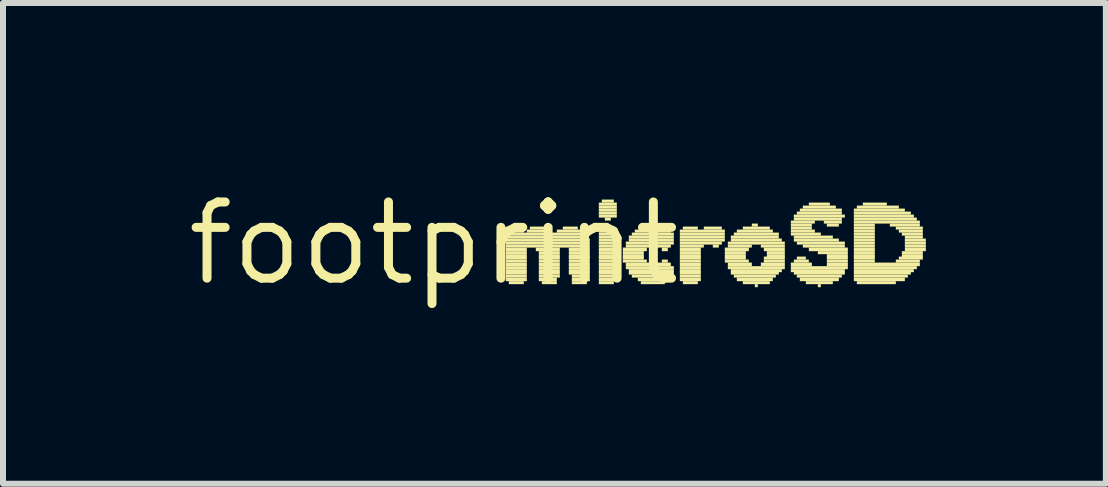
<source format=kicad_pcb>
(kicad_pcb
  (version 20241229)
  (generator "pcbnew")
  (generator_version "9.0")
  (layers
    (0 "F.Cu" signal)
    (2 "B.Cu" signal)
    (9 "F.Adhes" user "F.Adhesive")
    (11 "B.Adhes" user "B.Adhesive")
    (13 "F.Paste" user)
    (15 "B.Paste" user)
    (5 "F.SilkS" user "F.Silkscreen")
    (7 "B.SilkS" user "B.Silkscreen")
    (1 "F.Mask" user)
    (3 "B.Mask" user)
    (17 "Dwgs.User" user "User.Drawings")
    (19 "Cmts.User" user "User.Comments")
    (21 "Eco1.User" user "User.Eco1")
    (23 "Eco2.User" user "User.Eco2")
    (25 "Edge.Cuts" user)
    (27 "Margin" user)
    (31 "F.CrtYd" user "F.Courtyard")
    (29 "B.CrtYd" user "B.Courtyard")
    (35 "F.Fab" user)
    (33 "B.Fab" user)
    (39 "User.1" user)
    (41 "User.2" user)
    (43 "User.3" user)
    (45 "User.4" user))
  (footprint "footprint"
    (layer "F.Cu")
    (at 4.18 1.006)
    (property "Reference" "footprint" (at 0 0 0) (layer "F.SilkS") (effects (font (size 1.27 1.27) (thickness 0.15))))
    (fp_poly (pts (xy 1.2 -0.18) (xy 1.5 -0.18) (xy 1.5 -0.23) (xy 1.2 -0.23)) (stroke (width 0) (type solid)) (fill yes) (layer "F.SilkS"))
    (fp_poly (pts (xy 1.2 -0.13) (xy 2.55 -0.13) (xy 2.55 -0.18) (xy 1.2 -0.18)) (stroke (width 0) (type solid)) (fill yes) (layer "F.SilkS"))
    (fp_poly (pts (xy 1.2 -0.08) (xy 2.55 -0.08) (xy 2.55 -0.13) (xy 1.2 -0.13)) (stroke (width 0) (type solid)) (fill yes) (layer "F.SilkS"))
    (fp_poly (pts (xy 1.2 -0.03) (xy 2.6 -0.03) (xy 2.6 -0.08) (xy 1.2 -0.08)) (stroke (width 0) (type solid)) (fill yes) (layer "F.SilkS"))
    (fp_poly (pts (xy 1.2 0.02) (xy 2.6 0.02) (xy 2.6 -0.03) (xy 1.2 -0.03)) (stroke (width 0) (type solid)) (fill yes) (layer "F.SilkS"))
    (fp_poly (pts (xy 1.2 0.07) (xy 2.6 0.07) (xy 2.6 0.02) (xy 1.2 0.02)) (stroke (width 0) (type solid)) (fill yes) (layer "F.SilkS"))
    (fp_poly (pts (xy 1.2 0.13) (xy 1.55 0.13) (xy 1.55 0.07) (xy 1.2 0.07)) (stroke (width 0) (type solid)) (fill yes) (layer "F.SilkS"))
    (fp_poly (pts (xy 1.2 0.18) (xy 1.55 0.18) (xy 1.55 0.13) (xy 1.2 0.13)) (stroke (width 0) (type solid)) (fill yes) (layer "F.SilkS"))
    (fp_poly (pts (xy 1.2 0.23) (xy 1.55 0.23) (xy 1.55 0.18) (xy 1.2 0.18)) (stroke (width 0) (type solid)) (fill yes) (layer "F.SilkS"))
    (fp_poly (pts (xy 1.2 0.27) (xy 1.55 0.27) (xy 1.55 0.22) (xy 1.2 0.22)) (stroke (width 0) (type solid)) (fill yes) (layer "F.SilkS"))
    (fp_poly (pts (xy 1.2 0.32) (xy 1.55 0.32) (xy 1.55 0.27) (xy 1.2 0.27)) (stroke (width 0) (type solid)) (fill yes) (layer "F.SilkS"))
    (fp_poly (pts (xy 1.2 0.38) (xy 1.55 0.38) (xy 1.55 0.32) (xy 1.2 0.32)) (stroke (width 0) (type solid)) (fill yes) (layer "F.SilkS"))
    (fp_poly (pts (xy 1.2 0.43) (xy 1.55 0.43) (xy 1.55 0.38) (xy 1.2 0.38)) (stroke (width 0) (type solid)) (fill yes) (layer "F.SilkS"))
    (fp_poly (pts (xy 1.2 0.48) (xy 1.55 0.48) (xy 1.55 0.43) (xy 1.2 0.43)) (stroke (width 0) (type solid)) (fill yes) (layer "F.SilkS"))
    (fp_poly (pts (xy 1.2 0.52) (xy 1.55 0.52) (xy 1.55 0.47) (xy 1.2 0.47)) (stroke (width 0) (type solid)) (fill yes) (layer "F.SilkS"))
    (fp_poly (pts (xy 1.2 0.57) (xy 1.55 0.57) (xy 1.55 0.52) (xy 1.2 0.52)) (stroke (width 0) (type solid)) (fill yes) (layer "F.SilkS"))
    (fp_poly (pts (xy 1.2 0.63) (xy 1.55 0.63) (xy 1.55 0.57) (xy 1.2 0.57)) (stroke (width 0) (type solid)) (fill yes) (layer "F.SilkS"))
    (fp_poly (pts (xy 1.25 -0.23) (xy 1.5 -0.23) (xy 1.5 -0.28) (xy 1.25 -0.28)) (stroke (width 0) (type solid)) (fill yes) (layer "F.SilkS"))
    (fp_poly (pts (xy 1.25 0.68) (xy 1.5 0.68) (xy 1.5 0.63) (xy 1.25 0.63)) (stroke (width 0) (type solid)) (fill yes) (layer "F.SilkS"))
    (fp_poly (pts (xy 1.55 -0.18) (xy 1.95 -0.18) (xy 1.95 -0.23) (xy 1.55 -0.23)) (stroke (width 0) (type solid)) (fill yes) (layer "F.SilkS"))
    (fp_poly (pts (xy 1.6 -0.23) (xy 1.85 -0.23) (xy 1.85 -0.28) (xy 1.6 -0.28)) (stroke (width 0) (type solid)) (fill yes) (layer "F.SilkS"))
    (fp_poly (pts (xy 1.7 0.13) (xy 2.1 0.13) (xy 2.1 0.07) (xy 1.7 0.07)) (stroke (width 0) (type solid)) (fill yes) (layer "F.SilkS"))
    (fp_poly (pts (xy 1.75 0.18) (xy 2.1 0.18) (xy 2.1 0.13) (xy 1.75 0.13)) (stroke (width 0) (type solid)) (fill yes) (layer "F.SilkS"))
    (fp_poly (pts (xy 1.75 0.23) (xy 2.1 0.23) (xy 2.1 0.18) (xy 1.75 0.18)) (stroke (width 0) (type solid)) (fill yes) (layer "F.SilkS"))
    (fp_poly (pts (xy 1.75 0.27) (xy 2.1 0.27) (xy 2.1 0.22) (xy 1.75 0.22)) (stroke (width 0) (type solid)) (fill yes) (layer "F.SilkS"))
    (fp_poly (pts (xy 1.75 0.32) (xy 2.1 0.32) (xy 2.1 0.27) (xy 1.75 0.27)) (stroke (width 0) (type solid)) (fill yes) (layer "F.SilkS"))
    (fp_poly (pts (xy 1.75 0.38) (xy 2.1 0.38) (xy 2.1 0.32) (xy 1.75 0.32)) (stroke (width 0) (type solid)) (fill yes) (layer "F.SilkS"))
    (fp_poly (pts (xy 1.75 0.43) (xy 2.1 0.43) (xy 2.1 0.38) (xy 1.75 0.38)) (stroke (width 0) (type solid)) (fill yes) (layer "F.SilkS"))
    (fp_poly (pts (xy 1.75 0.48) (xy 2.1 0.48) (xy 2.1 0.43) (xy 1.75 0.43)) (stroke (width 0) (type solid)) (fill yes) (layer "F.SilkS"))
    (fp_poly (pts (xy 1.75 0.52) (xy 2.1 0.52) (xy 2.1 0.47) (xy 1.75 0.47)) (stroke (width 0) (type solid)) (fill yes) (layer "F.SilkS"))
    (fp_poly (pts (xy 1.75 0.57) (xy 2.1 0.57) (xy 2.1 0.52) (xy 1.75 0.52)) (stroke (width 0) (type solid)) (fill yes) (layer "F.SilkS"))
    (fp_poly (pts (xy 1.75 0.63) (xy 2.05 0.63) (xy 2.05 0.57) (xy 1.75 0.57)) (stroke (width 0) (type solid)) (fill yes) (layer "F.SilkS"))
    (fp_poly (pts (xy 1.8 0.68) (xy 2.05 0.68) (xy 2.05 0.63) (xy 1.8 0.63)) (stroke (width 0) (type solid)) (fill yes) (layer "F.SilkS"))
    (fp_poly (pts (xy 2.05 -0.18) (xy 2.5 -0.18) (xy 2.5 -0.23) (xy 2.05 -0.23)) (stroke (width 0) (type solid)) (fill yes) (layer "F.SilkS"))
    (fp_poly (pts (xy 2.15 -0.23) (xy 2.4 -0.23) (xy 2.4 -0.28) (xy 2.15 -0.28)) (stroke (width 0) (type solid)) (fill yes) (layer "F.SilkS"))
    (fp_poly (pts (xy 2.25 0.13) (xy 2.6 0.13) (xy 2.6 0.07) (xy 2.25 0.07)) (stroke (width 0) (type solid)) (fill yes) (layer "F.SilkS"))
    (fp_poly (pts (xy 2.25 0.18) (xy 2.6 0.18) (xy 2.6 0.13) (xy 2.25 0.13)) (stroke (width 0) (type solid)) (fill yes) (layer "F.SilkS"))
    (fp_poly (pts (xy 2.25 0.23) (xy 2.6 0.23) (xy 2.6 0.18) (xy 2.25 0.18)) (stroke (width 0) (type solid)) (fill yes) (layer "F.SilkS"))
    (fp_poly (pts (xy 2.25 0.27) (xy 2.6 0.27) (xy 2.6 0.22) (xy 2.25 0.22)) (stroke (width 0) (type solid)) (fill yes) (layer "F.SilkS"))
    (fp_poly (pts (xy 2.25 0.32) (xy 2.6 0.32) (xy 2.6 0.27) (xy 2.25 0.27)) (stroke (width 0) (type solid)) (fill yes) (layer "F.SilkS"))
    (fp_poly (pts (xy 2.25 0.38) (xy 2.6 0.38) (xy 2.6 0.32) (xy 2.25 0.32)) (stroke (width 0) (type solid)) (fill yes) (layer "F.SilkS"))
    (fp_poly (pts (xy 2.25 0.43) (xy 2.6 0.43) (xy 2.6 0.38) (xy 2.25 0.38)) (stroke (width 0) (type solid)) (fill yes) (layer "F.SilkS"))
    (fp_poly (pts (xy 2.25 0.48) (xy 2.6 0.48) (xy 2.6 0.43) (xy 2.25 0.43)) (stroke (width 0) (type solid)) (fill yes) (layer "F.SilkS"))
    (fp_poly (pts (xy 2.25 0.52) (xy 2.6 0.52) (xy 2.6 0.47) (xy 2.25 0.47)) (stroke (width 0) (type solid)) (fill yes) (layer "F.SilkS"))
    (fp_poly (pts (xy 2.3 0.57) (xy 2.6 0.57) (xy 2.6 0.52) (xy 2.3 0.52)) (stroke (width 0) (type solid)) (fill yes) (layer "F.SilkS"))
    (fp_poly (pts (xy 2.3 0.63) (xy 2.6 0.63) (xy 2.6 0.57) (xy 2.3 0.57)) (stroke (width 0) (type solid)) (fill yes) (layer "F.SilkS"))
    (fp_poly (pts (xy 2.3 0.68) (xy 2.55 0.68) (xy 2.55 0.63) (xy 2.3 0.63)) (stroke (width 0) (type solid)) (fill yes) (layer "F.SilkS"))
    (fp_poly (pts (xy 2.75 -0.63) (xy 3.05 -0.63) (xy 3.05 -0.68) (xy 2.75 -0.68)) (stroke (width 0) (type solid)) (fill yes) (layer "F.SilkS"))
    (fp_poly (pts (xy 2.75 -0.58) (xy 3.05 -0.58) (xy 3.05 -0.63) (xy 2.75 -0.63)) (stroke (width 0) (type solid)) (fill yes) (layer "F.SilkS"))
    (fp_poly (pts (xy 2.75 -0.53) (xy 3.05 -0.53) (xy 3.05 -0.58) (xy 2.75 -0.58)) (stroke (width 0) (type solid)) (fill yes) (layer "F.SilkS"))
    (fp_poly (pts (xy 2.75 -0.48) (xy 3.05 -0.48) (xy 3.05 -0.53) (xy 2.75 -0.53)) (stroke (width 0) (type solid)) (fill yes) (layer "F.SilkS"))
    (fp_poly (pts (xy 2.75 -0.43) (xy 3.05 -0.43) (xy 3.05 -0.48) (xy 2.75 -0.48)) (stroke (width 0) (type solid)) (fill yes) (layer "F.SilkS"))
    (fp_poly (pts (xy 2.75 -0.23) (xy 3 -0.23) (xy 3 -0.28) (xy 2.75 -0.28)) (stroke (width 0) (type solid)) (fill yes) (layer "F.SilkS"))
    (fp_poly (pts (xy 2.75 -0.18) (xy 3.05 -0.18) (xy 3.05 -0.23) (xy 2.75 -0.23)) (stroke (width 0) (type solid)) (fill yes) (layer "F.SilkS"))
    (fp_poly (pts (xy 2.75 -0.13) (xy 3.05 -0.13) (xy 3.05 -0.18) (xy 2.75 -0.18)) (stroke (width 0) (type solid)) (fill yes) (layer "F.SilkS"))
    (fp_poly (pts (xy 2.75 -0.08) (xy 3.05 -0.08) (xy 3.05 -0.13) (xy 2.75 -0.13)) (stroke (width 0) (type solid)) (fill yes) (layer "F.SilkS"))
    (fp_poly (pts (xy 2.75 -0.03) (xy 3.05 -0.03) (xy 3.05 -0.08) (xy 2.75 -0.08)) (stroke (width 0) (type solid)) (fill yes) (layer "F.SilkS"))
    (fp_poly (pts (xy 2.75 0.02) (xy 3.05 0.02) (xy 3.05 -0.03) (xy 2.75 -0.03)) (stroke (width 0) (type solid)) (fill yes) (layer "F.SilkS"))
    (fp_poly (pts (xy 2.75 0.07) (xy 3.05 0.07) (xy 3.05 0.02) (xy 2.75 0.02)) (stroke (width 0) (type solid)) (fill yes) (layer "F.SilkS"))
    (fp_poly (pts (xy 2.75 0.13) (xy 3.05 0.13) (xy 3.05 0.07) (xy 2.75 0.07)) (stroke (width 0) (type solid)) (fill yes) (layer "F.SilkS"))
    (fp_poly (pts (xy 2.75 0.18) (xy 3.05 0.18) (xy 3.05 0.13) (xy 2.75 0.13)) (stroke (width 0) (type solid)) (fill yes) (layer "F.SilkS"))
    (fp_poly (pts (xy 2.75 0.23) (xy 3.05 0.23) (xy 3.05 0.18) (xy 2.75 0.18)) (stroke (width 0) (type solid)) (fill yes) (layer "F.SilkS"))
    (fp_poly (pts (xy 2.75 0.27) (xy 3.05 0.27) (xy 3.05 0.22) (xy 2.75 0.22)) (stroke (width 0) (type solid)) (fill yes) (layer "F.SilkS"))
    (fp_poly (pts (xy 2.75 0.32) (xy 3.05 0.32) (xy 3.05 0.27) (xy 2.75 0.27)) (stroke (width 0) (type solid)) (fill yes) (layer "F.SilkS"))
    (fp_poly (pts (xy 2.75 0.38) (xy 3.05 0.38) (xy 3.05 0.32) (xy 2.75 0.32)) (stroke (width 0) (type solid)) (fill yes) (layer "F.SilkS"))
    (fp_poly (pts (xy 2.75 0.43) (xy 3.05 0.43) (xy 3.05 0.38) (xy 2.75 0.38)) (stroke (width 0) (type solid)) (fill yes) (layer "F.SilkS"))
    (fp_poly (pts (xy 2.75 0.48) (xy 3.05 0.48) (xy 3.05 0.43) (xy 2.75 0.43)) (stroke (width 0) (type solid)) (fill yes) (layer "F.SilkS"))
    (fp_poly (pts (xy 2.75 0.52) (xy 3.05 0.52) (xy 3.05 0.47) (xy 2.75 0.47)) (stroke (width 0) (type solid)) (fill yes) (layer "F.SilkS"))
    (fp_poly (pts (xy 2.75 0.57) (xy 3.05 0.57) (xy 3.05 0.52) (xy 2.75 0.52)) (stroke (width 0) (type solid)) (fill yes) (layer "F.SilkS"))
    (fp_poly (pts (xy 2.75 0.63) (xy 3.05 0.63) (xy 3.05 0.57) (xy 2.75 0.57)) (stroke (width 0) (type solid)) (fill yes) (layer "F.SilkS"))
    (fp_poly (pts (xy 2.75 0.68) (xy 3 0.68) (xy 3 0.63) (xy 2.75 0.63)) (stroke (width 0) (type solid)) (fill yes) (layer "F.SilkS"))
    (fp_poly (pts (xy 2.8 -0.68) (xy 3 -0.68) (xy 3 -0.73) (xy 2.8 -0.73)) (stroke (width 0) (type solid)) (fill yes) (layer "F.SilkS"))
    (fp_poly (pts (xy 2.85 -0.38) (xy 2.95 -0.38) (xy 2.95 -0.43) (xy 2.85 -0.43)) (stroke (width 0) (type solid)) (fill yes) (layer "F.SilkS"))
    (fp_poly (pts (xy 3.15 0.13) (xy 3.55 0.13) (xy 3.55 0.07) (xy 3.15 0.07)) (stroke (width 0) (type solid)) (fill yes) (layer "F.SilkS"))
    (fp_poly (pts (xy 3.15 0.18) (xy 3.5 0.18) (xy 3.5 0.13) (xy 3.15 0.13)) (stroke (width 0) (type solid)) (fill yes) (layer "F.SilkS"))
    (fp_poly (pts (xy 3.15 0.23) (xy 3.5 0.23) (xy 3.5 0.18) (xy 3.15 0.18)) (stroke (width 0) (type solid)) (fill yes) (layer "F.SilkS"))
    (fp_poly (pts (xy 3.15 0.27) (xy 3.5 0.27) (xy 3.5 0.22) (xy 3.15 0.22)) (stroke (width 0) (type solid)) (fill yes) (layer "F.SilkS"))
    (fp_poly (pts (xy 3.15 0.32) (xy 3.55 0.32) (xy 3.55 0.27) (xy 3.15 0.27)) (stroke (width 0) (type solid)) (fill yes) (layer "F.SilkS"))
    (fp_poly (pts (xy 3.2 0.02) (xy 4 0.02) (xy 4 -0.03) (xy 3.2 -0.03)) (stroke (width 0) (type solid)) (fill yes) (layer "F.SilkS"))
    (fp_poly (pts (xy 3.2 0.07) (xy 3.6 0.07) (xy 3.6 0.02) (xy 3.2 0.02)) (stroke (width 0) (type solid)) (fill yes) (layer "F.SilkS"))
    (fp_poly (pts (xy 3.2 0.38) (xy 3.6 0.38) (xy 3.6 0.32) (xy 3.2 0.32)) (stroke (width 0) (type solid)) (fill yes) (layer "F.SilkS"))
    (fp_poly (pts (xy 3.2 0.43) (xy 4 0.43) (xy 4 0.38) (xy 3.2 0.38)) (stroke (width 0) (type solid)) (fill yes) (layer "F.SilkS"))
    (fp_poly (pts (xy 3.25 -0.08) (xy 4 -0.08) (xy 4 -0.13) (xy 3.25 -0.13)) (stroke (width 0) (type solid)) (fill yes) (layer "F.SilkS"))
    (fp_poly (pts (xy 3.25 -0.03) (xy 4 -0.03) (xy 4 -0.08) (xy 3.25 -0.08)) (stroke (width 0) (type solid)) (fill yes) (layer "F.SilkS"))
    (fp_poly (pts (xy 3.25 0.48) (xy 4 0.48) (xy 4 0.43) (xy 3.25 0.43)) (stroke (width 0) (type solid)) (fill yes) (layer "F.SilkS"))
    (fp_poly (pts (xy 3.25 0.52) (xy 4 0.52) (xy 4 0.47) (xy 3.25 0.47)) (stroke (width 0) (type solid)) (fill yes) (layer "F.SilkS"))
    (fp_poly (pts (xy 3.3 -0.13) (xy 4 -0.13) (xy 4 -0.18) (xy 3.3 -0.18)) (stroke (width 0) (type solid)) (fill yes) (layer "F.SilkS"))
    (fp_poly (pts (xy 3.3 0.57) (xy 4 0.57) (xy 4 0.52) (xy 3.3 0.52)) (stroke (width 0) (type solid)) (fill yes) (layer "F.SilkS"))
    (fp_poly (pts (xy 3.35 -0.18) (xy 3.95 -0.18) (xy 3.95 -0.23) (xy 3.35 -0.23)) (stroke (width 0) (type solid)) (fill yes) (layer "F.SilkS"))
    (fp_poly (pts (xy 3.4 0.63) (xy 3.95 0.63) (xy 3.95 0.57) (xy 3.4 0.57)) (stroke (width 0) (type solid)) (fill yes) (layer "F.SilkS"))
    (fp_poly (pts (xy 3.45 -0.23) (xy 3.85 -0.23) (xy 3.85 -0.28) (xy 3.45 -0.28)) (stroke (width 0) (type solid)) (fill yes) (layer "F.SilkS"))
    (fp_poly (pts (xy 3.45 0.68) (xy 3.85 0.68) (xy 3.85 0.63) (xy 3.45 0.63)) (stroke (width 0) (type solid)) (fill yes) (layer "F.SilkS"))
    (fp_poly (pts (xy 3.7 0.07) (xy 3.95 0.07) (xy 3.95 0.02) (xy 3.7 0.02)) (stroke (width 0) (type solid)) (fill yes) (layer "F.SilkS"))
    (fp_poly (pts (xy 3.7 0.38) (xy 3.95 0.38) (xy 3.95 0.32) (xy 3.7 0.32)) (stroke (width 0) (type solid)) (fill yes) (layer "F.SilkS"))
    (fp_poly (pts (xy 3.8 0.13) (xy 3.9 0.13) (xy 3.9 0.07) (xy 3.8 0.07)) (stroke (width 0) (type solid)) (fill yes) (layer "F.SilkS"))
    (fp_poly (pts (xy 3.8 0.32) (xy 3.9 0.32) (xy 3.9 0.27) (xy 3.8 0.27)) (stroke (width 0) (type solid)) (fill yes) (layer "F.SilkS"))
    (fp_poly (pts (xy 4.1 -0.18) (xy 4.85 -0.18) (xy 4.85 -0.23) (xy 4.1 -0.23)) (stroke (width 0) (type solid)) (fill yes) (layer "F.SilkS"))
    (fp_poly (pts (xy 4.1 -0.13) (xy 4.85 -0.13) (xy 4.85 -0.18) (xy 4.1 -0.18)) (stroke (width 0) (type solid)) (fill yes) (layer "F.SilkS"))
    (fp_poly (pts (xy 4.1 -0.08) (xy 4.85 -0.08) (xy 4.85 -0.13) (xy 4.1 -0.13)) (stroke (width 0) (type solid)) (fill yes) (layer "F.SilkS"))
    (fp_poly (pts (xy 4.1 -0.03) (xy 4.85 -0.03) (xy 4.85 -0.08) (xy 4.1 -0.08)) (stroke (width 0) (type solid)) (fill yes) (layer "F.SilkS"))
    (fp_poly (pts (xy 4.1 0.02) (xy 4.8 0.02) (xy 4.8 -0.03) (xy 4.1 -0.03)) (stroke (width 0) (type solid)) (fill yes) (layer "F.SilkS"))
    (fp_poly (pts (xy 4.1 0.07) (xy 4.5 0.07) (xy 4.5 0.02) (xy 4.1 0.02)) (stroke (width 0) (type solid)) (fill yes) (layer "F.SilkS"))
    (fp_poly (pts (xy 4.1 0.13) (xy 4.45 0.13) (xy 4.45 0.07) (xy 4.1 0.07)) (stroke (width 0) (type solid)) (fill yes) (layer "F.SilkS"))
    (fp_poly (pts (xy 4.1 0.18) (xy 4.45 0.18) (xy 4.45 0.13) (xy 4.1 0.13)) (stroke (width 0) (type solid)) (fill yes) (layer "F.SilkS"))
    (fp_poly (pts (xy 4.1 0.23) (xy 4.45 0.23) (xy 4.45 0.18) (xy 4.1 0.18)) (stroke (width 0) (type solid)) (fill yes) (layer "F.SilkS"))
    (fp_poly (pts (xy 4.1 0.27) (xy 4.45 0.27) (xy 4.45 0.22) (xy 4.1 0.22)) (stroke (width 0) (type solid)) (fill yes) (layer "F.SilkS"))
    (fp_poly (pts (xy 4.1 0.32) (xy 4.45 0.32) (xy 4.45 0.27) (xy 4.1 0.27)) (stroke (width 0) (type solid)) (fill yes) (layer "F.SilkS"))
    (fp_poly (pts (xy 4.1 0.38) (xy 4.45 0.38) (xy 4.45 0.32) (xy 4.1 0.32)) (stroke (width 0) (type solid)) (fill yes) (layer "F.SilkS"))
    (fp_poly (pts (xy 4.1 0.43) (xy 4.45 0.43) (xy 4.45 0.38) (xy 4.1 0.38)) (stroke (width 0) (type solid)) (fill yes) (layer "F.SilkS"))
    (fp_poly (pts (xy 4.1 0.48) (xy 4.45 0.48) (xy 4.45 0.43) (xy 4.1 0.43)) (stroke (width 0) (type solid)) (fill yes) (layer "F.SilkS"))
    (fp_poly (pts (xy 4.1 0.52) (xy 4.45 0.52) (xy 4.45 0.47) (xy 4.1 0.47)) (stroke (width 0) (type solid)) (fill yes) (layer "F.SilkS"))
    (fp_poly (pts (xy 4.1 0.57) (xy 4.45 0.57) (xy 4.45 0.52) (xy 4.1 0.52)) (stroke (width 0) (type solid)) (fill yes) (layer "F.SilkS"))
    (fp_poly (pts (xy 4.1 0.63) (xy 4.45 0.63) (xy 4.45 0.57) (xy 4.1 0.57)) (stroke (width 0) (type solid)) (fill yes) (layer "F.SilkS"))
    (fp_poly (pts (xy 4.15 -0.23) (xy 4.4 -0.23) (xy 4.4 -0.28) (xy 4.15 -0.28)) (stroke (width 0) (type solid)) (fill yes) (layer "F.SilkS"))
    (fp_poly (pts (xy 4.15 0.68) (xy 4.4 0.68) (xy 4.4 0.63) (xy 4.15 0.63)) (stroke (width 0) (type solid)) (fill yes) (layer "F.SilkS"))
    (fp_poly (pts (xy 4.5 -0.23) (xy 4.8 -0.23) (xy 4.8 -0.28) (xy 4.5 -0.28)) (stroke (width 0) (type solid)) (fill yes) (layer "F.SilkS"))
    (fp_poly (pts (xy 4.65 0.07) (xy 4.75 0.07) (xy 4.75 0.02) (xy 4.65 0.02)) (stroke (width 0) (type solid)) (fill yes) (layer "F.SilkS"))
    (fp_poly (pts (xy 4.85 0.13) (xy 5.25 0.13) (xy 5.25 0.07) (xy 4.85 0.07)) (stroke (width 0) (type solid)) (fill yes) (layer "F.SilkS"))
    (fp_poly (pts (xy 4.85 0.18) (xy 5.2 0.18) (xy 5.2 0.13) (xy 4.85 0.13)) (stroke (width 0) (type solid)) (fill yes) (layer "F.SilkS"))
    (fp_poly (pts (xy 4.85 0.23) (xy 5.2 0.23) (xy 5.2 0.18) (xy 4.85 0.18)) (stroke (width 0) (type solid)) (fill yes) (layer "F.SilkS"))
    (fp_poly (pts (xy 4.85 0.27) (xy 5.2 0.27) (xy 5.2 0.22) (xy 4.85 0.22)) (stroke (width 0) (type solid)) (fill yes) (layer "F.SilkS"))
    (fp_poly (pts (xy 4.85 0.32) (xy 5.25 0.32) (xy 5.25 0.27) (xy 4.85 0.27)) (stroke (width 0) (type solid)) (fill yes) (layer "F.SilkS"))
    (fp_poly (pts (xy 4.9 0.02) (xy 5.85 0.02) (xy 5.85 -0.03) (xy 4.9 -0.03)) (stroke (width 0) (type solid)) (fill yes) (layer "F.SilkS"))
    (fp_poly (pts (xy 4.9 0.07) (xy 5.3 0.07) (xy 5.3 0.02) (xy 4.9 0.02)) (stroke (width 0) (type solid)) (fill yes) (layer "F.SilkS"))
    (fp_poly (pts (xy 4.9 0.38) (xy 5.3 0.38) (xy 5.3 0.32) (xy 4.9 0.32)) (stroke (width 0) (type solid)) (fill yes) (layer "F.SilkS"))
    (fp_poly (pts (xy 4.9 0.43) (xy 5.85 0.43) (xy 5.85 0.38) (xy 4.9 0.38)) (stroke (width 0) (type solid)) (fill yes) (layer "F.SilkS"))
    (fp_poly (pts (xy 4.95 -0.08) (xy 5.75 -0.08) (xy 5.75 -0.13) (xy 4.95 -0.13)) (stroke (width 0) (type solid)) (fill yes) (layer "F.SilkS"))
    (fp_poly (pts (xy 4.95 -0.03) (xy 5.8 -0.03) (xy 5.8 -0.08) (xy 4.95 -0.08)) (stroke (width 0) (type solid)) (fill yes) (layer "F.SilkS"))
    (fp_poly (pts (xy 4.95 0.48) (xy 5.8 0.48) (xy 5.8 0.43) (xy 4.95 0.43)) (stroke (width 0) (type solid)) (fill yes) (layer "F.SilkS"))
    (fp_poly (pts (xy 4.95 0.52) (xy 5.75 0.52) (xy 5.75 0.47) (xy 4.95 0.47)) (stroke (width 0) (type solid)) (fill yes) (layer "F.SilkS"))
    (fp_poly (pts (xy 5 -0.13) (xy 5.75 -0.13) (xy 5.75 -0.18) (xy 5 -0.18)) (stroke (width 0) (type solid)) (fill yes) (layer "F.SilkS"))
    (fp_poly (pts (xy 5 0.57) (xy 5.7 0.57) (xy 5.7 0.52) (xy 5 0.52)) (stroke (width 0) (type solid)) (fill yes) (layer "F.SilkS"))
    (fp_poly (pts (xy 5.05 -0.18) (xy 5.65 -0.18) (xy 5.65 -0.23) (xy 5.05 -0.23)) (stroke (width 0) (type solid)) (fill yes) (layer "F.SilkS"))
    (fp_poly (pts (xy 5.05 0.63) (xy 5.65 0.63) (xy 5.65 0.57) (xy 5.05 0.57)) (stroke (width 0) (type solid)) (fill yes) (layer "F.SilkS"))
    (fp_poly (pts (xy 5.15 -0.23) (xy 5.6 -0.23) (xy 5.6 -0.28) (xy 5.15 -0.28)) (stroke (width 0) (type solid)) (fill yes) (layer "F.SilkS"))
    (fp_poly (pts (xy 5.15 0.68) (xy 5.6 0.68) (xy 5.6 0.63) (xy 5.15 0.63)) (stroke (width 0) (type solid)) (fill yes) (layer "F.SilkS"))
    (fp_poly (pts (xy 5.3 -0.28) (xy 5.4 -0.28) (xy 5.4 -0.33) (xy 5.3 -0.33)) (stroke (width 0) (type solid)) (fill yes) (layer "F.SilkS"))
    (fp_poly (pts (xy 5.35 0.73) (xy 5.4 0.73) (xy 5.4 0.68) (xy 5.35 0.68)) (stroke (width 0) (type solid)) (fill yes) (layer "F.SilkS"))
    (fp_poly (pts (xy 5.45 0.07) (xy 5.85 0.07) (xy 5.85 0.02) (xy 5.45 0.02)) (stroke (width 0) (type solid)) (fill yes) (layer "F.SilkS"))
    (fp_poly (pts (xy 5.45 0.38) (xy 5.85 0.38) (xy 5.85 0.32) (xy 5.45 0.32)) (stroke (width 0) (type solid)) (fill yes) (layer "F.SilkS"))
    (fp_poly (pts (xy 5.5 0.13) (xy 5.85 0.13) (xy 5.85 0.07) (xy 5.5 0.07)) (stroke (width 0) (type solid)) (fill yes) (layer "F.SilkS"))
    (fp_poly (pts (xy 5.5 0.27) (xy 5.85 0.27) (xy 5.85 0.22) (xy 5.5 0.22)) (stroke (width 0) (type solid)) (fill yes) (layer "F.SilkS"))
    (fp_poly (pts (xy 5.5 0.32) (xy 5.85 0.32) (xy 5.85 0.27) (xy 5.5 0.27)) (stroke (width 0) (type solid)) (fill yes) (layer "F.SilkS"))
    (fp_poly (pts (xy 5.55 0.18) (xy 5.85 0.18) (xy 5.85 0.13) (xy 5.55 0.13)) (stroke (width 0) (type solid)) (fill yes) (layer "F.SilkS"))
    (fp_poly (pts (xy 5.55 0.23) (xy 5.85 0.23) (xy 5.85 0.18) (xy 5.55 0.18)) (stroke (width 0) (type solid)) (fill yes) (layer "F.SilkS"))
    (fp_poly (pts (xy 5.95 -0.33) (xy 6.35 -0.33) (xy 6.35 -0.38) (xy 5.95 -0.38)) (stroke (width 0) (type solid)) (fill yes) (layer "F.SilkS"))
    (fp_poly (pts (xy 5.95 -0.28) (xy 6.3 -0.28) (xy 6.3 -0.33) (xy 5.95 -0.33)) (stroke (width 0) (type solid)) (fill yes) (layer "F.SilkS"))
    (fp_poly (pts (xy 5.95 -0.23) (xy 6.3 -0.23) (xy 6.3 -0.28) (xy 5.95 -0.28)) (stroke (width 0) (type solid)) (fill yes) (layer "F.SilkS"))
    (fp_poly (pts (xy 5.95 -0.18) (xy 6.35 -0.18) (xy 6.35 -0.23) (xy 5.95 -0.23)) (stroke (width 0) (type solid)) (fill yes) (layer "F.SilkS"))
    (fp_poly (pts (xy 5.95 -0.13) (xy 6.45 -0.13) (xy 6.45 -0.18) (xy 5.95 -0.18)) (stroke (width 0) (type solid)) (fill yes) (layer "F.SilkS"))
    (fp_poly (pts (xy 5.95 0.38) (xy 6.3 0.38) (xy 6.3 0.32) (xy 5.95 0.32)) (stroke (width 0) (type solid)) (fill yes) (layer "F.SilkS"))
    (fp_poly (pts (xy 5.95 0.43) (xy 6.9 0.43) (xy 6.9 0.38) (xy 5.95 0.38)) (stroke (width 0) (type solid)) (fill yes) (layer "F.SilkS"))
    (fp_poly (pts (xy 5.95 0.48) (xy 6.85 0.48) (xy 6.85 0.43) (xy 5.95 0.43)) (stroke (width 0) (type solid)) (fill yes) (layer "F.SilkS"))
    (fp_poly (pts (xy 6 -0.43) (xy 6.85 -0.43) (xy 6.85 -0.48) (xy 6 -0.48)) (stroke (width 0) (type solid)) (fill yes) (layer "F.SilkS"))
    (fp_poly (pts (xy 6 -0.38) (xy 6.8 -0.38) (xy 6.8 -0.43) (xy 6 -0.43)) (stroke (width 0) (type solid)) (fill yes) (layer "F.SilkS"))
    (fp_poly (pts (xy 6 -0.08) (xy 6.65 -0.08) (xy 6.65 -0.13) (xy 6 -0.13)) (stroke (width 0) (type solid)) (fill yes) (layer "F.SilkS"))
    (fp_poly (pts (xy 6 -0.03) (xy 6.75 -0.03) (xy 6.75 -0.08) (xy 6 -0.08)) (stroke (width 0) (type solid)) (fill yes) (layer "F.SilkS"))
    (fp_poly (pts (xy 6 0.32) (xy 6.25 0.32) (xy 6.25 0.27) (xy 6 0.27)) (stroke (width 0) (type solid)) (fill yes) (layer "F.SilkS"))
    (fp_poly (pts (xy 6 0.52) (xy 6.85 0.52) (xy 6.85 0.47) (xy 6 0.47)) (stroke (width 0) (type solid)) (fill yes) (layer "F.SilkS"))
    (fp_poly (pts (xy 6.05 -0.48) (xy 6.8 -0.48) (xy 6.8 -0.53) (xy 6.05 -0.53)) (stroke (width 0) (type solid)) (fill yes) (layer "F.SilkS"))
    (fp_poly (pts (xy 6.05 0.02) (xy 6.85 0.02) (xy 6.85 -0.03) (xy 6.05 -0.03)) (stroke (width 0) (type solid)) (fill yes) (layer "F.SilkS"))
    (fp_poly (pts (xy 6.05 0.27) (xy 6.2 0.27) (xy 6.2 0.22) (xy 6.05 0.22)) (stroke (width 0) (type solid)) (fill yes) (layer "F.SilkS"))
    (fp_poly (pts (xy 6.05 0.57) (xy 6.8 0.57) (xy 6.8 0.52) (xy 6.05 0.52)) (stroke (width 0) (type solid)) (fill yes) (layer "F.SilkS"))
    (fp_poly (pts (xy 6.1 -0.53) (xy 6.8 -0.53) (xy 6.8 -0.58) (xy 6.1 -0.58)) (stroke (width 0) (type solid)) (fill yes) (layer "F.SilkS"))
    (fp_poly (pts (xy 6.1 0.63) (xy 6.75 0.63) (xy 6.75 0.57) (xy 6.1 0.57)) (stroke (width 0) (type solid)) (fill yes) (layer "F.SilkS"))
    (fp_poly (pts (xy 6.15 -0.58) (xy 6.7 -0.58) (xy 6.7 -0.63) (xy 6.15 -0.63)) (stroke (width 0) (type solid)) (fill yes) (layer "F.SilkS"))
    (fp_poly (pts (xy 6.15 0.07) (xy 6.85 0.07) (xy 6.85 0.02) (xy 6.15 0.02)) (stroke (width 0) (type solid)) (fill yes) (layer "F.SilkS"))
    (fp_poly (pts (xy 6.2 0.68) (xy 6.65 0.68) (xy 6.65 0.63) (xy 6.2 0.63)) (stroke (width 0) (type solid)) (fill yes) (layer "F.SilkS"))
    (fp_poly (pts (xy 6.25 -0.63) (xy 6.6 -0.63) (xy 6.6 -0.68) (xy 6.25 -0.68)) (stroke (width 0) (type solid)) (fill yes) (layer "F.SilkS"))
    (fp_poly (pts (xy 6.25 0.13) (xy 6.9 0.13) (xy 6.9 0.07) (xy 6.25 0.07)) (stroke (width 0) (type solid)) (fill yes) (layer "F.SilkS"))
    (fp_poly (pts (xy 6.4 0.18) (xy 6.9 0.18) (xy 6.9 0.13) (xy 6.4 0.13)) (stroke (width 0) (type solid)) (fill yes) (layer "F.SilkS"))
    (fp_poly (pts (xy 6.4 0.73) (xy 6.45 0.73) (xy 6.45 0.68) (xy 6.4 0.68)) (stroke (width 0) (type solid)) (fill yes) (layer "F.SilkS"))
    (fp_poly (pts (xy 6.5 -0.33) (xy 6.8 -0.33) (xy 6.8 -0.38) (xy 6.5 -0.38)) (stroke (width 0) (type solid)) (fill yes) (layer "F.SilkS"))
    (fp_poly (pts (xy 6.55 -0.28) (xy 6.75 -0.28) (xy 6.75 -0.33) (xy 6.55 -0.33)) (stroke (width 0) (type solid)) (fill yes) (layer "F.SilkS"))
    (fp_poly (pts (xy 6.55 0.23) (xy 6.9 0.23) (xy 6.9 0.18) (xy 6.55 0.18)) (stroke (width 0) (type solid)) (fill yes) (layer "F.SilkS"))
    (fp_poly (pts (xy 6.55 0.27) (xy 6.9 0.27) (xy 6.9 0.22) (xy 6.55 0.22)) (stroke (width 0) (type solid)) (fill yes) (layer "F.SilkS"))
    (fp_poly (pts (xy 6.55 0.32) (xy 6.9 0.32) (xy 6.9 0.27) (xy 6.55 0.27)) (stroke (width 0) (type solid)) (fill yes) (layer "F.SilkS"))
    (fp_poly (pts (xy 6.55 0.38) (xy 6.9 0.38) (xy 6.9 0.32) (xy 6.55 0.32)) (stroke (width 0) (type solid)) (fill yes) (layer "F.SilkS"))
    (fp_poly (pts (xy 7 -0.53) (xy 7.85 -0.53) (xy 7.85 -0.58) (xy 7 -0.58)) (stroke (width 0) (type solid)) (fill yes) (layer "F.SilkS"))
    (fp_poly (pts (xy 7 -0.48) (xy 7.95 -0.48) (xy 7.95 -0.53) (xy 7 -0.53)) (stroke (width 0) (type solid)) (fill yes) (layer "F.SilkS"))
    (fp_poly (pts (xy 7 -0.43) (xy 8 -0.43) (xy 8 -0.48) (xy 7 -0.48)) (stroke (width 0) (type solid)) (fill yes) (layer "F.SilkS"))
    (fp_poly (pts (xy 7 -0.38) (xy 8.05 -0.38) (xy 8.05 -0.43) (xy 7 -0.43)) (stroke (width 0) (type solid)) (fill yes) (layer "F.SilkS"))
    (fp_poly (pts (xy 7 -0.33) (xy 8.1 -0.33) (xy 8.1 -0.38) (xy 7 -0.38)) (stroke (width 0) (type solid)) (fill yes) (layer "F.SilkS"))
    (fp_poly (pts (xy 7 -0.28) (xy 7.35 -0.28) (xy 7.35 -0.33) (xy 7 -0.33)) (stroke (width 0) (type solid)) (fill yes) (layer "F.SilkS"))
    (fp_poly (pts (xy 7 -0.23) (xy 7.35 -0.23) (xy 7.35 -0.28) (xy 7 -0.28)) (stroke (width 0) (type solid)) (fill yes) (layer "F.SilkS"))
    (fp_poly (pts (xy 7 -0.18) (xy 7.35 -0.18) (xy 7.35 -0.23) (xy 7 -0.23)) (stroke (width 0) (type solid)) (fill yes) (layer "F.SilkS"))
    (fp_poly (pts (xy 7 -0.13) (xy 7.35 -0.13) (xy 7.35 -0.18) (xy 7 -0.18)) (stroke (width 0) (type solid)) (fill yes) (layer "F.SilkS"))
    (fp_poly (pts (xy 7 -0.08) (xy 7.35 -0.08) (xy 7.35 -0.13) (xy 7 -0.13)) (stroke (width 0) (type solid)) (fill yes) (layer "F.SilkS"))
    (fp_poly (pts (xy 7 -0.03) (xy 7.35 -0.03) (xy 7.35 -0.08) (xy 7 -0.08)) (stroke (width 0) (type solid)) (fill yes) (layer "F.SilkS"))
    (fp_poly (pts (xy 7 0.02) (xy 7.35 0.02) (xy 7.35 -0.03) (xy 7 -0.03)) (stroke (width 0) (type solid)) (fill yes) (layer "F.SilkS"))
    (fp_poly (pts (xy 7 0.07) (xy 7.35 0.07) (xy 7.35 0.02) (xy 7 0.02)) (stroke (width 0) (type solid)) (fill yes) (layer "F.SilkS"))
    (fp_poly (pts (xy 7 0.13) (xy 7.35 0.13) (xy 7.35 0.07) (xy 7 0.07)) (stroke (width 0) (type solid)) (fill yes) (layer "F.SilkS"))
    (fp_poly (pts (xy 7 0.18) (xy 7.35 0.18) (xy 7.35 0.13) (xy 7 0.13)) (stroke (width 0) (type solid)) (fill yes) (layer "F.SilkS"))
    (fp_poly (pts (xy 7 0.23) (xy 7.35 0.23) (xy 7.35 0.18) (xy 7 0.18)) (stroke (width 0) (type solid)) (fill yes) (layer "F.SilkS"))
    (fp_poly (pts (xy 7 0.27) (xy 7.35 0.27) (xy 7.35 0.22) (xy 7 0.22)) (stroke (width 0) (type solid)) (fill yes) (layer "F.SilkS"))
    (fp_poly (pts (xy 7 0.32) (xy 7.35 0.32) (xy 7.35 0.27) (xy 7 0.27)) (stroke (width 0) (type solid)) (fill yes) (layer "F.SilkS"))
    (fp_poly (pts (xy 7 0.38) (xy 8.1 0.38) (xy 8.1 0.32) (xy 7 0.32)) (stroke (width 0) (type solid)) (fill yes) (layer "F.SilkS"))
    (fp_poly (pts (xy 7 0.43) (xy 8.05 0.43) (xy 8.05 0.38) (xy 7 0.38)) (stroke (width 0) (type solid)) (fill yes) (layer "F.SilkS"))
    (fp_poly (pts (xy 7 0.48) (xy 8 0.48) (xy 8 0.43) (xy 7 0.43)) (stroke (width 0) (type solid)) (fill yes) (layer "F.SilkS"))
    (fp_poly (pts (xy 7 0.52) (xy 7.95 0.52) (xy 7.95 0.47) (xy 7 0.47)) (stroke (width 0) (type solid)) (fill yes) (layer "F.SilkS"))
    (fp_poly (pts (xy 7 0.57) (xy 7.9 0.57) (xy 7.9 0.52) (xy 7 0.52)) (stroke (width 0) (type solid)) (fill yes) (layer "F.SilkS"))
    (fp_poly (pts (xy 7 0.63) (xy 7.85 0.63) (xy 7.85 0.57) (xy 7 0.57)) (stroke (width 0) (type solid)) (fill yes) (layer "F.SilkS"))
    (fp_poly (pts (xy 7.05 -0.58) (xy 7.75 -0.58) (xy 7.75 -0.63) (xy 7.05 -0.63)) (stroke (width 0) (type solid)) (fill yes) (layer "F.SilkS"))
    (fp_poly (pts (xy 7.05 0.68) (xy 7.7 0.68) (xy 7.7 0.63) (xy 7.05 0.63)) (stroke (width 0) (type solid)) (fill yes) (layer "F.SilkS"))
    (fp_poly (pts (xy 7.15 -0.63) (xy 7.55 -0.63) (xy 7.55 -0.68) (xy 7.15 -0.68)) (stroke (width 0) (type solid)) (fill yes) (layer "F.SilkS"))
    (fp_poly (pts (xy 7.6 -0.28) (xy 8.1 -0.28) (xy 8.1 -0.33) (xy 7.6 -0.33)) (stroke (width 0) (type solid)) (fill yes) (layer "F.SilkS"))
    (fp_poly (pts (xy 7.7 -0.23) (xy 8.15 -0.23) (xy 8.15 -0.28) (xy 7.7 -0.28)) (stroke (width 0) (type solid)) (fill yes) (layer "F.SilkS"))
    (fp_poly (pts (xy 7.7 0.32) (xy 8.1 0.32) (xy 8.1 0.27) (xy 7.7 0.27)) (stroke (width 0) (type solid)) (fill yes) (layer "F.SilkS"))
    (fp_poly (pts (xy 7.75 -0.18) (xy 8.15 -0.18) (xy 8.15 -0.23) (xy 7.75 -0.23)) (stroke (width 0) (type solid)) (fill yes) (layer "F.SilkS"))
    (fp_poly (pts (xy 7.75 0.27) (xy 8.15 0.27) (xy 8.15 0.22) (xy 7.75 0.22)) (stroke (width 0) (type solid)) (fill yes) (layer "F.SilkS"))
    (fp_poly (pts (xy 7.8 -0.13) (xy 8.15 -0.13) (xy 8.15 -0.18) (xy 7.8 -0.18)) (stroke (width 0) (type solid)) (fill yes) (layer "F.SilkS"))
    (fp_poly (pts (xy 7.8 0.18) (xy 8.15 0.18) (xy 8.15 0.13) (xy 7.8 0.13)) (stroke (width 0) (type solid)) (fill yes) (layer "F.SilkS"))
    (fp_poly (pts (xy 7.8 0.23) (xy 8.15 0.23) (xy 8.15 0.18) (xy 7.8 0.18)) (stroke (width 0) (type solid)) (fill yes) (layer "F.SilkS"))
    (fp_poly (pts (xy 7.85 -0.08) (xy 8.15 -0.08) (xy 8.15 -0.13) (xy 7.85 -0.13)) (stroke (width 0) (type solid)) (fill yes) (layer "F.SilkS"))
    (fp_poly (pts (xy 7.85 -0.03) (xy 8.2 -0.03) (xy 8.2 -0.08) (xy 7.85 -0.08)) (stroke (width 0) (type solid)) (fill yes) (layer "F.SilkS"))
    (fp_poly (pts (xy 7.85 0.02) (xy 8.2 0.02) (xy 8.2 -0.03) (xy 7.85 -0.03)) (stroke (width 0) (type solid)) (fill yes) (layer "F.SilkS"))
    (fp_poly (pts (xy 7.85 0.07) (xy 8.2 0.07) (xy 8.2 0.02) (xy 7.85 0.02)) (stroke (width 0) (type solid)) (fill yes) (layer "F.SilkS"))
    (fp_poly (pts (xy 7.85 0.13) (xy 8.2 0.13) (xy 8.2 0.07) (xy 7.85 0.07)) (stroke (width 0) (type solid)) (fill yes) (layer "F.SilkS")))
  (gr_rect
    (start -3 -3)
    (end 15.38 5.012)
    (stroke (width 0.1) (type default))
    (fill no)
    (layer "Edge.Cuts")))
</source>
